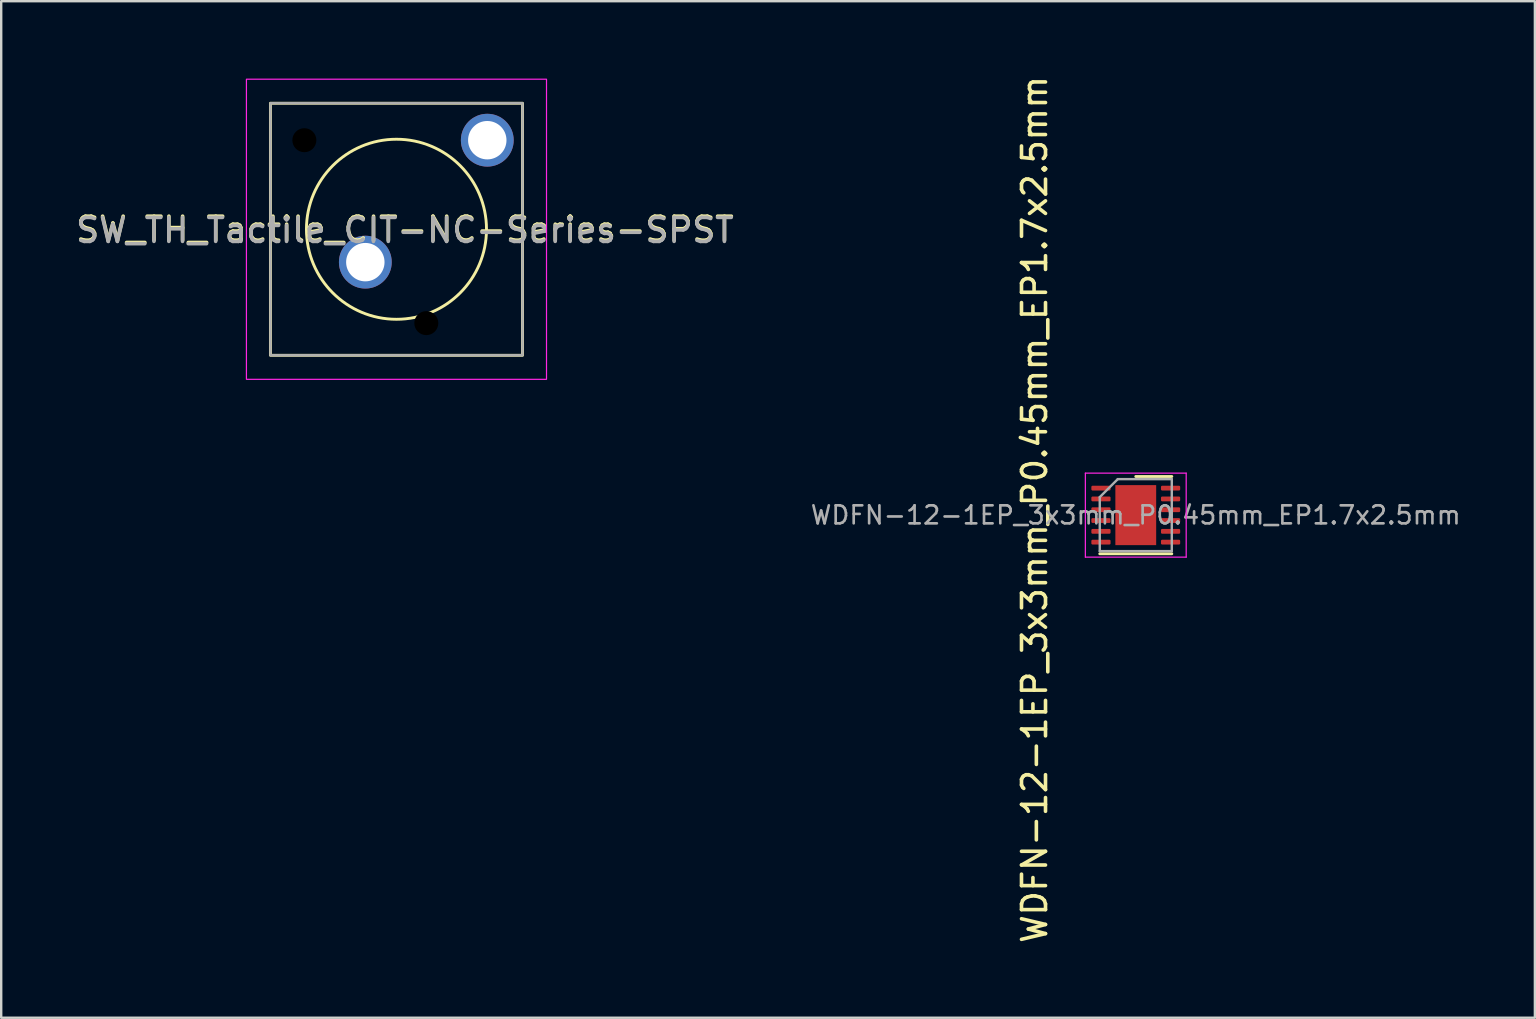
<source format=kicad_pcb>
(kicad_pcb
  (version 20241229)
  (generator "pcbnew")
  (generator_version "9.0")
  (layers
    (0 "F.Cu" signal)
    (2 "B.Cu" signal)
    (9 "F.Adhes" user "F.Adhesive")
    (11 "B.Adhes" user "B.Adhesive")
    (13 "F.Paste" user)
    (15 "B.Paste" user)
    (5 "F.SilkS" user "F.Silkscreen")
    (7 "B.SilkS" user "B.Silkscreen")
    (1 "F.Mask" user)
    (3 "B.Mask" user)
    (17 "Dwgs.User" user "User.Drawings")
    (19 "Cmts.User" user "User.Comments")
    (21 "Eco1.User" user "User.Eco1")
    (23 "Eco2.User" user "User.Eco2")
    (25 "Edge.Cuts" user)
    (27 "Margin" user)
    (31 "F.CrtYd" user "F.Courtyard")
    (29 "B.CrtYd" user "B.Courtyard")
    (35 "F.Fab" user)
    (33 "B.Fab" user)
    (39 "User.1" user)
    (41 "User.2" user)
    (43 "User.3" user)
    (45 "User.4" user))
  (footprint "SW_TH_Tactile_CIT-NC-Series-SPST"
    (layer "F.Cu")
    (at 7.215 0.25)
    (property "Reference" "SW_TH_Tactile_CIT-NC-Series-SPST" (at 6.604 6.25 180) (layer "F.SilkS") (effects (font (size 1 1) (thickness 0.15))))
    (attr through_hole)
    (fp_rect (start 1 1) (end 11.5 11.5) (stroke (width 0.12) (type solid)) (fill no) (layer "F.SilkS"))
    (fp_circle (center 6.25 6.25) (end 10 6.25) (stroke (width 0.12) (type solid)) (fill no) (layer "F.SilkS"))
    (fp_rect (start 0 0) (end 12.5 12.5) (stroke (width 0.05) (type solid)) (fill no) (layer "F.CrtYd"))
    (fp_rect (start 1 1) (end 11.5 11.5) (stroke (width 0.1) (type solid)) (fill no) (layer "F.Fab"))
    (fp_text user "${REFERENCE}" (at 6.6 6.3 180) (layer "F.Fab") (effects (font (size 1 1) (thickness 0.15))))
    (pad "" np_thru_hole circle (at 2.413 2.54 90) (size 1 1) (drill 1.6) (layers "*.Mask"))
    (pad "" np_thru_hole circle (at 7.493 10.16 90) (size 1 1) (drill 1.6) (layers "*.Mask"))
    (pad "1" thru_hole circle (at 4.953 7.62 90) (size 2.2 2.2) (drill 1.6) (layers "*.Cu" "*.Mask"))
    (pad "2" thru_hole circle (at 10.033 2.54 90) (size 2.2 2.2) (drill 1.6) (layers "*.Cu" "*.Mask")))
  (footprint "WDFN-12-1EP_3x3mm_P0.45mm_EP1.7x2.5mm"
    (layer "F.Cu")
    (at 44.261 18.408)
    (property "Reference" "WDFN-12-1EP_3x3mm_P0.45mm_EP1.7x2.5mm" (at -4.215 -0.235 270) (layer "F.SilkS") (effects (font (size 1 1) (thickness 0.15))))
    (attr smd)
    (fp_line (start -1.5 1.61) (end 1.5 1.61) (stroke (width 0.12) (type solid)) (layer "F.SilkS"))
    (fp_line (start 0 -1.61) (end 1.5 -1.61) (stroke (width 0.12) (type solid)) (layer "F.SilkS"))
    (fp_line (start -2.1 -1.75) (end -2.1 1.75) (stroke (width 0.05) (type solid)) (layer "F.CrtYd"))
    (fp_line (start -2.1 1.75) (end 2.1 1.75) (stroke (width 0.05) (type solid)) (layer "F.CrtYd"))
    (fp_line (start 2.1 -1.75) (end -2.1 -1.75) (stroke (width 0.05) (type solid)) (layer "F.CrtYd"))
    (fp_line (start 2.1 1.75) (end 2.1 -1.75) (stroke (width 0.05) (type solid)) (layer "F.CrtYd"))
    (fp_line (start -1.5 -0.75) (end -0.75 -1.5) (stroke (width 0.1) (type solid)) (layer "F.Fab"))
    (fp_line (start -1.5 1.5) (end -1.5 -0.75) (stroke (width 0.1) (type solid)) (layer "F.Fab"))
    (fp_line (start -0.75 -1.5) (end 1.5 -1.5) (stroke (width 0.1) (type solid)) (layer "F.Fab"))
    (fp_line (start 1.5 -1.5) (end 1.5 1.5) (stroke (width 0.1) (type solid)) (layer "F.Fab"))
    (fp_line (start 1.5 1.5) (end -1.5 1.5) (stroke (width 0.1) (type solid)) (layer "F.Fab"))
    (fp_text user "${REFERENCE}" (at 0 0 0) (layer "F.Fab") (effects (font (size 0.75 0.75) (thickness 0.11))))
    (pad "" smd roundrect (at -0.425 -0.625) (size 0.69 1.01) (layers "F.Paste") (roundrect_rratio 0.25))
    (pad "" smd roundrect (at -0.425 0.625) (size 0.69 1.01) (layers "F.Paste") (roundrect_rratio 0.25))
    (pad "" smd roundrect (at 0.425 -0.625) (size 0.69 1.01) (layers "F.Paste") (roundrect_rratio 0.25))
    (pad "" smd roundrect (at 0.425 0.625) (size 0.69 1.01) (layers "F.Paste") (roundrect_rratio 0.25))
    (pad "1" smd roundrect (at -1.45 -1.125) (size 0.8 0.2) (layers "F.Cu" "F.Mask" "F.Paste") (roundrect_rratio 0.25))
    (pad "2" smd roundrect (at -1.45 -0.675) (size 0.8 0.2) (layers "F.Cu" "F.Mask" "F.Paste") (roundrect_rratio 0.25))
    (pad "3" smd roundrect (at -1.45 -0.225) (size 0.8 0.2) (layers "F.Cu" "F.Mask" "F.Paste") (roundrect_rratio 0.25))
    (pad "4" smd roundrect (at -1.45 0.225) (size 0.8 0.2) (layers "F.Cu" "F.Mask" "F.Paste") (roundrect_rratio 0.25))
    (pad "5" smd roundrect (at -1.45 0.675) (size 0.8 0.2) (layers "F.Cu" "F.Mask" "F.Paste") (roundrect_rratio 0.25))
    (pad "6" smd roundrect (at -1.45 1.125) (size 0.8 0.2) (layers "F.Cu" "F.Mask" "F.Paste") (roundrect_rratio 0.25))
    (pad "7" smd roundrect (at 1.45 1.125) (size 0.8 0.2) (layers "F.Cu" "F.Mask" "F.Paste") (roundrect_rratio 0.25))
    (pad "8" smd roundrect (at 1.45 0.675) (size 0.8 0.2) (layers "F.Cu" "F.Mask" "F.Paste") (roundrect_rratio 0.25))
    (pad "9" smd roundrect (at 1.45 0.225) (size 0.8 0.2) (layers "F.Cu" "F.Mask" "F.Paste") (roundrect_rratio 0.25))
    (pad "10" smd roundrect (at 1.45 -0.225) (size 0.8 0.2) (layers "F.Cu" "F.Mask" "F.Paste") (roundrect_rratio 0.25))
    (pad "11" smd roundrect (at 1.45 -0.675) (size 0.8 0.2) (layers "F.Cu" "F.Mask" "F.Paste") (roundrect_rratio 0.25))
    (pad "12" smd roundrect (at 1.45 -1.125) (size 0.8 0.2) (layers "F.Cu" "F.Mask" "F.Paste") (roundrect_rratio 0.25))
    (pad "13" smd rect (at 0 0) (size 1.7 2.5) (layers "F.Cu" "F.Mask")))
  (gr_rect
    (start -3 -3)
    (end 60.886 39.345)
    (stroke (width 0.1) (type default))
    (fill no)
    (layer "Edge.Cuts")))
</source>
